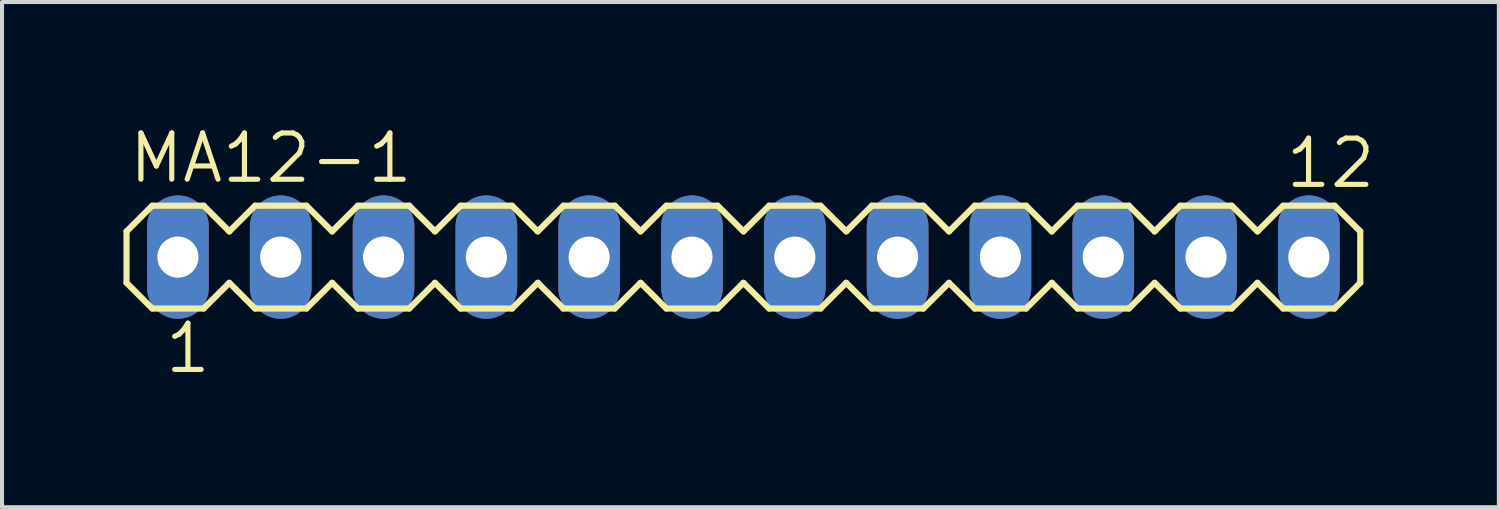
<source format=kicad_pcb>
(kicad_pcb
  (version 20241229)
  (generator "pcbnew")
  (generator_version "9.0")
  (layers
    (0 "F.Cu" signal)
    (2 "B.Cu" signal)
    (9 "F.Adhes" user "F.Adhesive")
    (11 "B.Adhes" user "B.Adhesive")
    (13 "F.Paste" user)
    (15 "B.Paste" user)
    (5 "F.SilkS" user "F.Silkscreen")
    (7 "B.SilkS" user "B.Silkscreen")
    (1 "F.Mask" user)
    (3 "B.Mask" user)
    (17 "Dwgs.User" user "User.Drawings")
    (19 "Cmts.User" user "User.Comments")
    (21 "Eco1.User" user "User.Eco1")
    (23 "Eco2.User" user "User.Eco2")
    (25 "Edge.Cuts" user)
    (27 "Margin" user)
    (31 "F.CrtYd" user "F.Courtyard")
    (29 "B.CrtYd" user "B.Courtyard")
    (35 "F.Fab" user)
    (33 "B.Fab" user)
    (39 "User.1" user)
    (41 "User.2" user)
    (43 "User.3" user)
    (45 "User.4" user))
  (footprint "MA12-1"
    (layer "F.Cu")
    (at 15.316 3.302)
    (property "Reference" "MA12-1" (at -15.24 -1.778 0) (layer "F.SilkS") (effects (font (size 1.143 1.143) (thickness 0.127)) (justify left bottom)))
    (fp_line (start -15.24 -0.635) (end -15.24 0.635) (stroke (width 0.152) (type solid)) (layer "F.SilkS"))
    (fp_line (start -15.24 0.635) (end -14.605 1.27) (stroke (width 0.152) (type solid)) (layer "F.SilkS"))
    (fp_line (start -14.605 -1.27) (end -15.24 -0.635) (stroke (width 0.152) (type solid)) (layer "F.SilkS"))
    (fp_line (start -14.605 -1.27) (end -13.335 -1.27) (stroke (width 0.152) (type solid)) (layer "F.SilkS"))
    (fp_line (start -13.335 -1.27) (end -12.7 -0.635) (stroke (width 0.152) (type solid)) (layer "F.SilkS"))
    (fp_line (start -13.335 1.27) (end -14.605 1.27) (stroke (width 0.152) (type solid)) (layer "F.SilkS"))
    (fp_line (start -12.7 -0.635) (end -12.065 -1.27) (stroke (width 0.152) (type solid)) (layer "F.SilkS"))
    (fp_line (start -12.7 0.635) (end -13.335 1.27) (stroke (width 0.152) (type solid)) (layer "F.SilkS"))
    (fp_line (start -12.065 -1.27) (end -10.795 -1.27) (stroke (width 0.152) (type solid)) (layer "F.SilkS"))
    (fp_line (start -12.065 1.27) (end -12.7 0.635) (stroke (width 0.152) (type solid)) (layer "F.SilkS"))
    (fp_line (start -10.795 -1.27) (end -10.16 -0.635) (stroke (width 0.152) (type solid)) (layer "F.SilkS"))
    (fp_line (start -10.795 1.27) (end -12.065 1.27) (stroke (width 0.152) (type solid)) (layer "F.SilkS"))
    (fp_line (start -10.16 -0.635) (end -9.525 -1.27) (stroke (width 0.152) (type solid)) (layer "F.SilkS"))
    (fp_line (start -10.16 0.635) (end -10.795 1.27) (stroke (width 0.152) (type solid)) (layer "F.SilkS"))
    (fp_line (start -9.525 -1.27) (end -8.255 -1.27) (stroke (width 0.152) (type solid)) (layer "F.SilkS"))
    (fp_line (start -9.525 1.27) (end -10.16 0.635) (stroke (width 0.152) (type solid)) (layer "F.SilkS"))
    (fp_line (start -8.255 -1.27) (end -7.62 -0.635) (stroke (width 0.152) (type solid)) (layer "F.SilkS"))
    (fp_line (start -8.255 1.27) (end -9.525 1.27) (stroke (width 0.152) (type solid)) (layer "F.SilkS"))
    (fp_line (start -7.62 0.635) (end -8.255 1.27) (stroke (width 0.152) (type solid)) (layer "F.SilkS"))
    (fp_line (start -7.62 0.635) (end -6.985 1.27) (stroke (width 0.152) (type solid)) (layer "F.SilkS"))
    (fp_line (start -6.985 -1.27) (end -7.62 -0.635) (stroke (width 0.152) (type solid)) (layer "F.SilkS"))
    (fp_line (start -6.985 -1.27) (end -5.715 -1.27) (stroke (width 0.152) (type solid)) (layer "F.SilkS"))
    (fp_line (start -5.715 -1.27) (end -5.08 -0.635) (stroke (width 0.152) (type solid)) (layer "F.SilkS"))
    (fp_line (start -5.715 1.27) (end -6.985 1.27) (stroke (width 0.152) (type solid)) (layer "F.SilkS"))
    (fp_line (start -5.08 -0.635) (end -4.445 -1.27) (stroke (width 0.152) (type solid)) (layer "F.SilkS"))
    (fp_line (start -5.08 0.635) (end -5.715 1.27) (stroke (width 0.152) (type solid)) (layer "F.SilkS"))
    (fp_line (start -4.445 -1.27) (end -3.175 -1.27) (stroke (width 0.152) (type solid)) (layer "F.SilkS"))
    (fp_line (start -4.445 1.27) (end -5.08 0.635) (stroke (width 0.152) (type solid)) (layer "F.SilkS"))
    (fp_line (start -3.175 -1.27) (end -2.54 -0.635) (stroke (width 0.152) (type solid)) (layer "F.SilkS"))
    (fp_line (start -3.175 1.27) (end -4.445 1.27) (stroke (width 0.152) (type solid)) (layer "F.SilkS"))
    (fp_line (start -2.54 -0.635) (end -1.905 -1.27) (stroke (width 0.152) (type solid)) (layer "F.SilkS"))
    (fp_line (start -2.54 0.635) (end -3.175 1.27) (stroke (width 0.152) (type solid)) (layer "F.SilkS"))
    (fp_line (start -1.905 -1.27) (end -0.635 -1.27) (stroke (width 0.152) (type solid)) (layer "F.SilkS"))
    (fp_line (start -1.905 1.27) (end -2.54 0.635) (stroke (width 0.152) (type solid)) (layer "F.SilkS"))
    (fp_line (start -0.635 -1.27) (end 0 -0.635) (stroke (width 0.152) (type solid)) (layer "F.SilkS"))
    (fp_line (start -0.635 1.27) (end -1.905 1.27) (stroke (width 0.152) (type solid)) (layer "F.SilkS"))
    (fp_line (start 0 0.635) (end -0.635 1.27) (stroke (width 0.152) (type solid)) (layer "F.SilkS"))
    (fp_line (start 0 0.635) (end 0.635 1.27) (stroke (width 0.152) (type solid)) (layer "F.SilkS"))
    (fp_line (start 0.635 -1.27) (end 0 -0.635) (stroke (width 0.152) (type solid)) (layer "F.SilkS"))
    (fp_line (start 0.635 -1.27) (end 1.905 -1.27) (stroke (width 0.152) (type solid)) (layer "F.SilkS"))
    (fp_line (start 1.905 -1.27) (end 2.54 -0.635) (stroke (width 0.152) (type solid)) (layer "F.SilkS"))
    (fp_line (start 1.905 1.27) (end 0.635 1.27) (stroke (width 0.152) (type solid)) (layer "F.SilkS"))
    (fp_line (start 2.54 -0.635) (end 3.175 -1.27) (stroke (width 0.152) (type solid)) (layer "F.SilkS"))
    (fp_line (start 2.54 0.635) (end 1.905 1.27) (stroke (width 0.152) (type solid)) (layer "F.SilkS"))
    (fp_line (start 3.175 -1.27) (end 4.445 -1.27) (stroke (width 0.152) (type solid)) (layer "F.SilkS"))
    (fp_line (start 3.175 1.27) (end 2.54 0.635) (stroke (width 0.152) (type solid)) (layer "F.SilkS"))
    (fp_line (start 4.445 -1.27) (end 5.08 -0.635) (stroke (width 0.152) (type solid)) (layer "F.SilkS"))
    (fp_line (start 4.445 1.27) (end 3.175 1.27) (stroke (width 0.152) (type solid)) (layer "F.SilkS"))
    (fp_line (start 5.08 -0.635) (end 5.715 -1.27) (stroke (width 0.152) (type solid)) (layer "F.SilkS"))
    (fp_line (start 5.08 0.635) (end 4.445 1.27) (stroke (width 0.152) (type solid)) (layer "F.SilkS"))
    (fp_line (start 5.715 -1.27) (end 6.985 -1.27) (stroke (width 0.152) (type solid)) (layer "F.SilkS"))
    (fp_line (start 5.715 1.27) (end 5.08 0.635) (stroke (width 0.152) (type solid)) (layer "F.SilkS"))
    (fp_line (start 6.985 -1.27) (end 7.62 -0.635) (stroke (width 0.152) (type solid)) (layer "F.SilkS"))
    (fp_line (start 6.985 1.27) (end 5.715 1.27) (stroke (width 0.152) (type solid)) (layer "F.SilkS"))
    (fp_line (start 7.62 0.635) (end 6.985 1.27) (stroke (width 0.152) (type solid)) (layer "F.SilkS"))
    (fp_line (start 7.62 0.635) (end 8.255 1.27) (stroke (width 0.152) (type solid)) (layer "F.SilkS"))
    (fp_line (start 8.255 -1.27) (end 7.62 -0.635) (stroke (width 0.152) (type solid)) (layer "F.SilkS"))
    (fp_line (start 8.255 -1.27) (end 9.525 -1.27) (stroke (width 0.152) (type solid)) (layer "F.SilkS"))
    (fp_line (start 9.525 -1.27) (end 10.16 -0.635) (stroke (width 0.152) (type solid)) (layer "F.SilkS"))
    (fp_line (start 9.525 1.27) (end 8.255 1.27) (stroke (width 0.152) (type solid)) (layer "F.SilkS"))
    (fp_line (start 10.16 -0.635) (end 10.795 -1.27) (stroke (width 0.152) (type solid)) (layer "F.SilkS"))
    (fp_line (start 10.16 0.635) (end 9.525 1.27) (stroke (width 0.152) (type solid)) (layer "F.SilkS"))
    (fp_line (start 10.795 -1.27) (end 12.065 -1.27) (stroke (width 0.152) (type solid)) (layer "F.SilkS"))
    (fp_line (start 10.795 1.27) (end 10.16 0.635) (stroke (width 0.152) (type solid)) (layer "F.SilkS"))
    (fp_line (start 12.065 -1.27) (end 12.7 -0.635) (stroke (width 0.152) (type solid)) (layer "F.SilkS"))
    (fp_line (start 12.065 1.27) (end 10.795 1.27) (stroke (width 0.152) (type solid)) (layer "F.SilkS"))
    (fp_line (start 12.7 -0.635) (end 13.335 -1.27) (stroke (width 0.152) (type solid)) (layer "F.SilkS"))
    (fp_line (start 12.7 0.635) (end 12.065 1.27) (stroke (width 0.152) (type solid)) (layer "F.SilkS"))
    (fp_line (start 13.335 -1.27) (end 14.605 -1.27) (stroke (width 0.152) (type solid)) (layer "F.SilkS"))
    (fp_line (start 13.335 1.27) (end 12.7 0.635) (stroke (width 0.152) (type solid)) (layer "F.SilkS"))
    (fp_line (start 14.605 -1.27) (end 15.24 -0.635) (stroke (width 0.152) (type solid)) (layer "F.SilkS"))
    (fp_line (start 14.605 1.27) (end 13.335 1.27) (stroke (width 0.152) (type solid)) (layer "F.SilkS"))
    (fp_line (start 15.24 -0.635) (end 15.24 0.635) (stroke (width 0.152) (type solid)) (layer "F.SilkS"))
    (fp_line (start 15.24 0.635) (end 14.605 1.27) (stroke (width 0.152) (type solid)) (layer "F.SilkS"))
    (fp_poly (pts (xy -14.224 0.254) (xy -13.716 0.254) (xy -13.716 -0.254) (xy -14.224 -0.254)) (stroke (width 0.1) (type default)) (fill no) (layer "F.Fab"))
    (fp_poly (pts (xy -11.684 0.254) (xy -11.176 0.254) (xy -11.176 -0.254) (xy -11.684 -0.254)) (stroke (width 0.1) (type default)) (fill no) (layer "F.Fab"))
    (fp_poly (pts (xy -9.144 0.254) (xy -8.636 0.254) (xy -8.636 -0.254) (xy -9.144 -0.254)) (stroke (width 0.1) (type default)) (fill no) (layer "F.Fab"))
    (fp_poly (pts (xy -6.604 0.254) (xy -6.096 0.254) (xy -6.096 -0.254) (xy -6.604 -0.254)) (stroke (width 0.1) (type default)) (fill no) (layer "F.Fab"))
    (fp_poly (pts (xy -4.064 0.254) (xy -3.556 0.254) (xy -3.556 -0.254) (xy -4.064 -0.254)) (stroke (width 0.1) (type default)) (fill no) (layer "F.Fab"))
    (fp_poly (pts (xy -1.524 0.254) (xy -1.016 0.254) (xy -1.016 -0.254) (xy -1.524 -0.254)) (stroke (width 0.1) (type default)) (fill no) (layer "F.Fab"))
    (fp_poly (pts (xy 1.016 0.254) (xy 1.524 0.254) (xy 1.524 -0.254) (xy 1.016 -0.254)) (stroke (width 0.1) (type default)) (fill no) (layer "F.Fab"))
    (fp_poly (pts (xy 3.556 0.254) (xy 4.064 0.254) (xy 4.064 -0.254) (xy 3.556 -0.254)) (stroke (width 0.1) (type default)) (fill no) (layer "F.Fab"))
    (fp_poly (pts (xy 6.096 0.254) (xy 6.604 0.254) (xy 6.604 -0.254) (xy 6.096 -0.254)) (stroke (width 0.1) (type default)) (fill no) (layer "F.Fab"))
    (fp_poly (pts (xy 8.636 0.254) (xy 9.144 0.254) (xy 9.144 -0.254) (xy 8.636 -0.254)) (stroke (width 0.1) (type default)) (fill no) (layer "F.Fab"))
    (fp_poly (pts (xy 11.176 0.254) (xy 11.684 0.254) (xy 11.684 -0.254) (xy 11.176 -0.254)) (stroke (width 0.1) (type default)) (fill no) (layer "F.Fab"))
    (fp_poly (pts (xy 13.716 0.254) (xy 14.224 0.254) (xy 14.224 -0.254) (xy 13.716 -0.254)) (stroke (width 0.1) (type default)) (fill no) (layer "F.Fab"))
    (fp_text user "1" (at -14.351 2.921 0) (layer "F.SilkS") (effects (font (size 1.143 1.143) (thickness 0.127)) (justify left bottom)))
    (fp_text user "12" (at 13.335 -1.651 0) (layer "F.SilkS") (effects (font (size 1.143 1.143) (thickness 0.127)) (justify left bottom)))
    (pad "1" thru_hole oval (at -13.97 0 90) (size 3.048 1.524) (drill 1.016) (layers "*.Cu" "*.Mask"))
    (pad "2" thru_hole oval (at -11.43 0 90) (size 3.048 1.524) (drill 1.016) (layers "*.Cu" "*.Mask"))
    (pad "3" thru_hole oval (at -8.89 0 90) (size 3.048 1.524) (drill 1.016) (layers "*.Cu" "*.Mask"))
    (pad "4" thru_hole oval (at -6.35 0 90) (size 3.048 1.524) (drill 1.016) (layers "*.Cu" "*.Mask"))
    (pad "5" thru_hole oval (at -3.81 0 90) (size 3.048 1.524) (drill 1.016) (layers "*.Cu" "*.Mask"))
    (pad "6" thru_hole oval (at -1.27 0 90) (size 3.048 1.524) (drill 1.016) (layers "*.Cu" "*.Mask"))
    (pad "7" thru_hole oval (at 1.27 0 90) (size 3.048 1.524) (drill 1.016) (layers "*.Cu" "*.Mask"))
    (pad "8" thru_hole oval (at 3.81 0 90) (size 3.048 1.524) (drill 1.016) (layers "*.Cu" "*.Mask"))
    (pad "9" thru_hole oval (at 6.35 0 90) (size 3.048 1.524) (drill 1.016) (layers "*.Cu" "*.Mask"))
    (pad "10" thru_hole oval (at 8.89 0 90) (size 3.048 1.524) (drill 1.016) (layers "*.Cu" "*.Mask"))
    (pad "11" thru_hole oval (at 11.43 0 90) (size 3.048 1.524) (drill 1.016) (layers "*.Cu" "*.Mask"))
    (pad "12" thru_hole oval (at 13.97 0 90) (size 3.048 1.524) (drill 1.016) (layers "*.Cu" "*.Mask")))
  (gr_rect
    (start -3 -3)
    (end 33.981 9.482)
    (stroke (width 0.1) (type default))
    (fill no)
    (layer "Edge.Cuts")))
</source>
